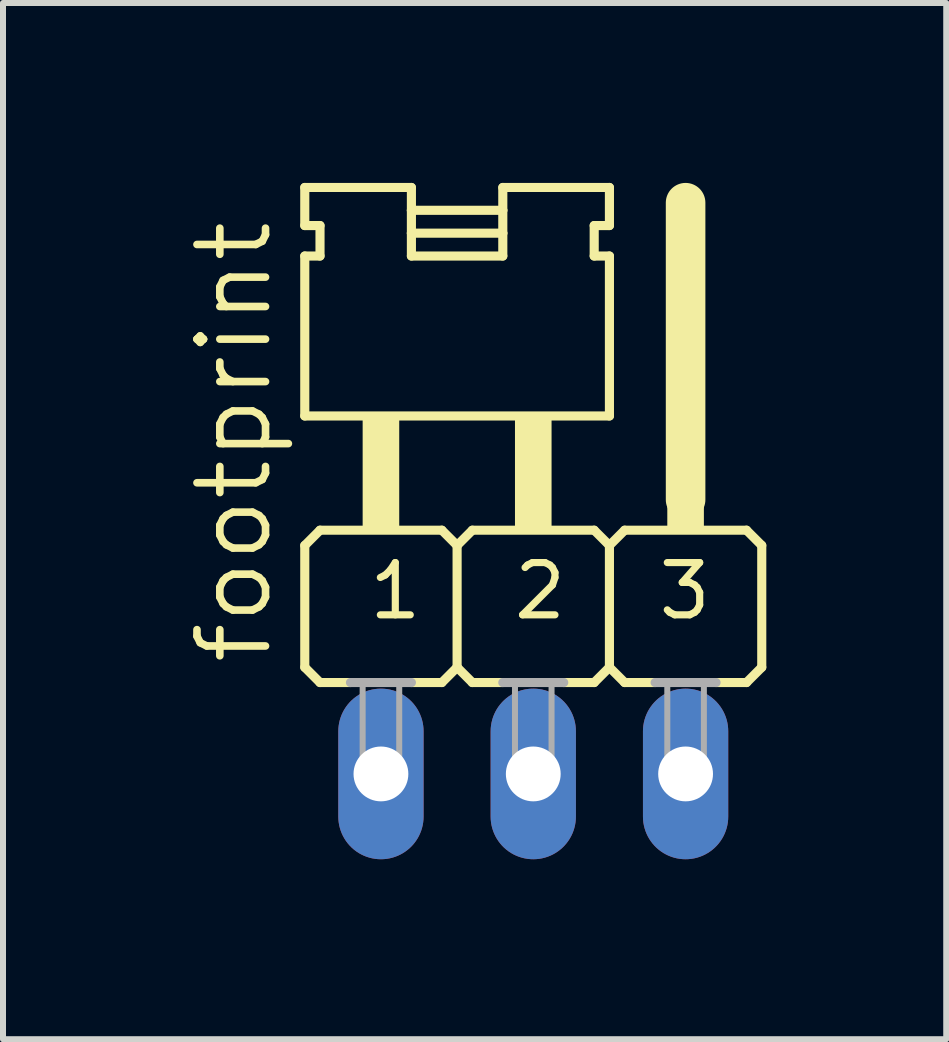
<source format=kicad_pcb>
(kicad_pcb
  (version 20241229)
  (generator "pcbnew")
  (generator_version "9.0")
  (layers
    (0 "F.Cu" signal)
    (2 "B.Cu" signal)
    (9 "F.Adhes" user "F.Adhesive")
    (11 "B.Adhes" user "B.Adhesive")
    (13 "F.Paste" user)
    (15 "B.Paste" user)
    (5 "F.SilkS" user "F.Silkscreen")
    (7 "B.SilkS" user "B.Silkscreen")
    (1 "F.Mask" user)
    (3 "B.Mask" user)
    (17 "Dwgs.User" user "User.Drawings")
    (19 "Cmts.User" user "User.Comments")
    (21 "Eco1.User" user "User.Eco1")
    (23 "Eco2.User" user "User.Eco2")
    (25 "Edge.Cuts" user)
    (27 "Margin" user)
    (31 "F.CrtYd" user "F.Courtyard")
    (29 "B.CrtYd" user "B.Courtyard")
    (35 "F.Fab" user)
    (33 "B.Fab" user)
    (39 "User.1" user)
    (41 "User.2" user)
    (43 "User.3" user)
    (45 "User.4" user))
  (footprint "footprint"
    (layer "F.Cu")
    (at 5.842 7.315)
    (property "Reference" "footprint" (at -4.318 0.762 90) (layer "F.SilkS") (effects (font (size 1.143 1.143) (thickness 0.127)) (justify left bottom)))
    (fp_line (start -3.81 -7.239) (end -3.81 -6.604) (stroke (width 0.152) (type solid)) (layer "F.SilkS"))
    (fp_line (start -3.81 -7.239) (end -2.032 -7.239) (stroke (width 0.152) (type solid)) (layer "F.SilkS"))
    (fp_line (start -3.81 -6.096) (end -3.81 -3.429) (stroke (width 0.152) (type solid)) (layer "F.SilkS"))
    (fp_line (start -3.81 -6.096) (end -3.556 -6.096) (stroke (width 0.152) (type solid)) (layer "F.SilkS"))
    (fp_line (start -3.81 -1.27) (end -3.556 -1.524) (stroke (width 0.152) (type solid)) (layer "F.SilkS"))
    (fp_line (start -3.81 0.762) (end -3.81 -1.27) (stroke (width 0.152) (type solid)) (layer "F.SilkS"))
    (fp_line (start -3.81 0.762) (end -3.556 1.016) (stroke (width 0.152) (type solid)) (layer "F.SilkS"))
    (fp_line (start -3.556 -6.604) (end -3.81 -6.604) (stroke (width 0.152) (type solid)) (layer "F.SilkS"))
    (fp_line (start -3.556 -6.604) (end -3.556 -6.096) (stroke (width 0.152) (type solid)) (layer "F.SilkS"))
    (fp_line (start -3.556 1.016) (end -3.048 1.016) (stroke (width 0.152) (type solid)) (layer "F.SilkS"))
    (fp_line (start -2.032 -7.239) (end -2.032 -6.858) (stroke (width 0.152) (type solid)) (layer "F.SilkS"))
    (fp_line (start -2.032 -6.858) (end -2.032 -6.477) (stroke (width 0.152) (type solid)) (layer "F.SilkS"))
    (fp_line (start -2.032 -6.858) (end -0.508 -6.858) (stroke (width 0.152) (type solid)) (layer "F.SilkS"))
    (fp_line (start -2.032 -6.477) (end -2.032 -6.096) (stroke (width 0.152) (type solid)) (layer "F.SilkS"))
    (fp_line (start -2.032 -6.477) (end -0.508 -6.477) (stroke (width 0.152) (type solid)) (layer "F.SilkS"))
    (fp_line (start -2.032 -6.096) (end -0.508 -6.096) (stroke (width 0.152) (type solid)) (layer "F.SilkS"))
    (fp_line (start -2.032 1.016) (end -1.524 1.016) (stroke (width 0.152) (type solid)) (layer "F.SilkS"))
    (fp_line (start -1.524 -1.524) (end -3.556 -1.524) (stroke (width 0.152) (type solid)) (layer "F.SilkS"))
    (fp_line (start -1.524 -1.524) (end -1.27 -1.27) (stroke (width 0.152) (type solid)) (layer "F.SilkS"))
    (fp_line (start -1.524 1.016) (end -1.27 0.762) (stroke (width 0.152) (type solid)) (layer "F.SilkS"))
    (fp_line (start -1.27 -1.27) (end -1.016 -1.524) (stroke (width 0.152) (type solid)) (layer "F.SilkS"))
    (fp_line (start -1.27 0.762) (end -1.27 -1.27) (stroke (width 0.152) (type solid)) (layer "F.SilkS"))
    (fp_line (start -1.27 0.762) (end -1.016 1.016) (stroke (width 0.152) (type solid)) (layer "F.SilkS"))
    (fp_line (start -1.016 1.016) (end -0.508 1.016) (stroke (width 0.152) (type solid)) (layer "F.SilkS"))
    (fp_line (start -0.508 -7.239) (end 1.27 -7.239) (stroke (width 0.152) (type solid)) (layer "F.SilkS"))
    (fp_line (start -0.508 -6.858) (end -0.508 -7.239) (stroke (width 0.152) (type solid)) (layer "F.SilkS"))
    (fp_line (start -0.508 -6.858) (end -0.508 -6.477) (stroke (width 0.152) (type solid)) (layer "F.SilkS"))
    (fp_line (start -0.508 -6.477) (end -0.508 -6.096) (stroke (width 0.152) (type solid)) (layer "F.SilkS"))
    (fp_line (start 0.508 1.016) (end 1.016 1.016) (stroke (width 0.152) (type solid)) (layer "F.SilkS"))
    (fp_line (start 1.016 -6.604) (end 1.016 -6.096) (stroke (width 0.152) (type solid)) (layer "F.SilkS"))
    (fp_line (start 1.016 -6.604) (end 1.27 -6.604) (stroke (width 0.152) (type solid)) (layer "F.SilkS"))
    (fp_line (start 1.016 -1.524) (end -1.016 -1.524) (stroke (width 0.152) (type solid)) (layer "F.SilkS"))
    (fp_line (start 1.016 -1.524) (end 1.27 -1.27) (stroke (width 0.152) (type solid)) (layer "F.SilkS"))
    (fp_line (start 1.016 1.016) (end 1.27 0.762) (stroke (width 0.152) (type solid)) (layer "F.SilkS"))
    (fp_line (start 1.27 -7.239) (end 1.27 -6.604) (stroke (width 0.152) (type solid)) (layer "F.SilkS"))
    (fp_line (start 1.27 -6.096) (end 1.016 -6.096) (stroke (width 0.152) (type solid)) (layer "F.SilkS"))
    (fp_line (start 1.27 -6.096) (end 1.27 -3.429) (stroke (width 0.152) (type solid)) (layer "F.SilkS"))
    (fp_line (start 1.27 -3.429) (end -3.81 -3.429) (stroke (width 0.152) (type solid)) (layer "F.SilkS"))
    (fp_line (start 1.27 -1.27) (end 1.524 -1.524) (stroke (width 0.152) (type solid)) (layer "F.SilkS"))
    (fp_line (start 1.27 0.762) (end 1.27 -1.27) (stroke (width 0.152) (type solid)) (layer "F.SilkS"))
    (fp_line (start 1.27 0.762) (end 1.524 1.016) (stroke (width 0.152) (type solid)) (layer "F.SilkS"))
    (fp_line (start 1.524 1.016) (end 2.032 1.016) (stroke (width 0.152) (type solid)) (layer "F.SilkS"))
    (fp_line (start 2.54 -2.032) (end 2.54 -6.985) (stroke (width 0.66) (type solid)) (layer "F.SilkS"))
    (fp_line (start 3.048 1.016) (end 3.556 1.016) (stroke (width 0.152) (type solid)) (layer "F.SilkS"))
    (fp_line (start 3.556 -1.524) (end 1.524 -1.524) (stroke (width 0.152) (type solid)) (layer "F.SilkS"))
    (fp_line (start 3.556 -1.524) (end 3.81 -1.27) (stroke (width 0.152) (type solid)) (layer "F.SilkS"))
    (fp_line (start 3.556 1.016) (end 3.81 0.762) (stroke (width 0.152) (type solid)) (layer "F.SilkS"))
    (fp_line (start 3.81 -1.27) (end 3.81 0.762) (stroke (width 0.152) (type solid)) (layer "F.SilkS"))
    (fp_poly (pts (xy -2.845 -1.524) (xy -2.235 -1.524) (xy -2.235 -3.429) (xy -2.845 -3.429)) (stroke (width 0) (type solid)) (fill yes) (layer "F.SilkS"))
    (fp_poly (pts (xy -0.305 -1.524) (xy 0.305 -1.524) (xy 0.305 -3.429) (xy -0.305 -3.429)) (stroke (width 0) (type solid)) (fill yes) (layer "F.SilkS"))
    (fp_poly (pts (xy 2.235 -1.524) (xy 2.845 -1.524) (xy 2.845 -2.032) (xy 2.235 -2.032)) (stroke (width 0) (type solid)) (fill yes) (layer "F.SilkS"))
    (fp_line (start -2.032 1.016) (end -3.048 1.016) (stroke (width 0.152) (type solid)) (layer "F.Fab"))
    (fp_line (start 0.508 1.016) (end -0.508 1.016) (stroke (width 0.152) (type solid)) (layer "F.Fab"))
    (fp_line (start 3.048 1.016) (end 2.032 1.016) (stroke (width 0.152) (type solid)) (layer "F.Fab"))
    (fp_poly (pts (xy -2.845 2.794) (xy -2.235 2.794) (xy -2.235 1.016) (xy -2.845 1.016)) (stroke (width 0.1) (type solid)) (fill no) (layer "F.Fab"))
    (fp_poly (pts (xy -0.305 2.794) (xy 0.305 2.794) (xy 0.305 1.016) (xy -0.305 1.016)) (stroke (width 0.1) (type solid)) (fill no) (layer "F.Fab"))
    (fp_poly (pts (xy 2.235 2.794) (xy 2.845 2.794) (xy 2.845 1.016) (xy 2.235 1.016)) (stroke (width 0.1) (type solid)) (fill no) (layer "F.Fab"))
    (fp_text user "3" (at 2.032 0 0) (layer "F.SilkS") (effects (font (size 0.872 0.872) (thickness 0.119)) (justify left bottom)))
    (fp_text user "1" (at -2.794 0 0) (layer "F.SilkS") (effects (font (size 0.872 0.872) (thickness 0.119)) (justify left bottom)))
    (fp_text user "2" (at -0.381 0 0) (layer "F.SilkS") (effects (font (size 0.872 0.872) (thickness 0.119)) (justify left bottom)))
    (pad "1" thru_hole oval (at -2.54 2.54 90) (size 2.845 1.422) (drill 0.914) (layers "*.Cu" "*.Mask"))
    (pad "2" thru_hole oval (at 0 2.54 90) (size 2.845 1.422) (drill 0.914) (layers "*.Cu" "*.Mask"))
    (pad "3" thru_hole oval (at 2.54 2.54 90) (size 2.845 1.422) (drill 0.914) (layers "*.Cu" "*.Mask")))
  (gr_rect
    (start -3 -3)
    (end 12.728 14.278)
    (stroke (width 0.1) (type default))
    (fill no)
    (layer "Edge.Cuts")))
</source>
